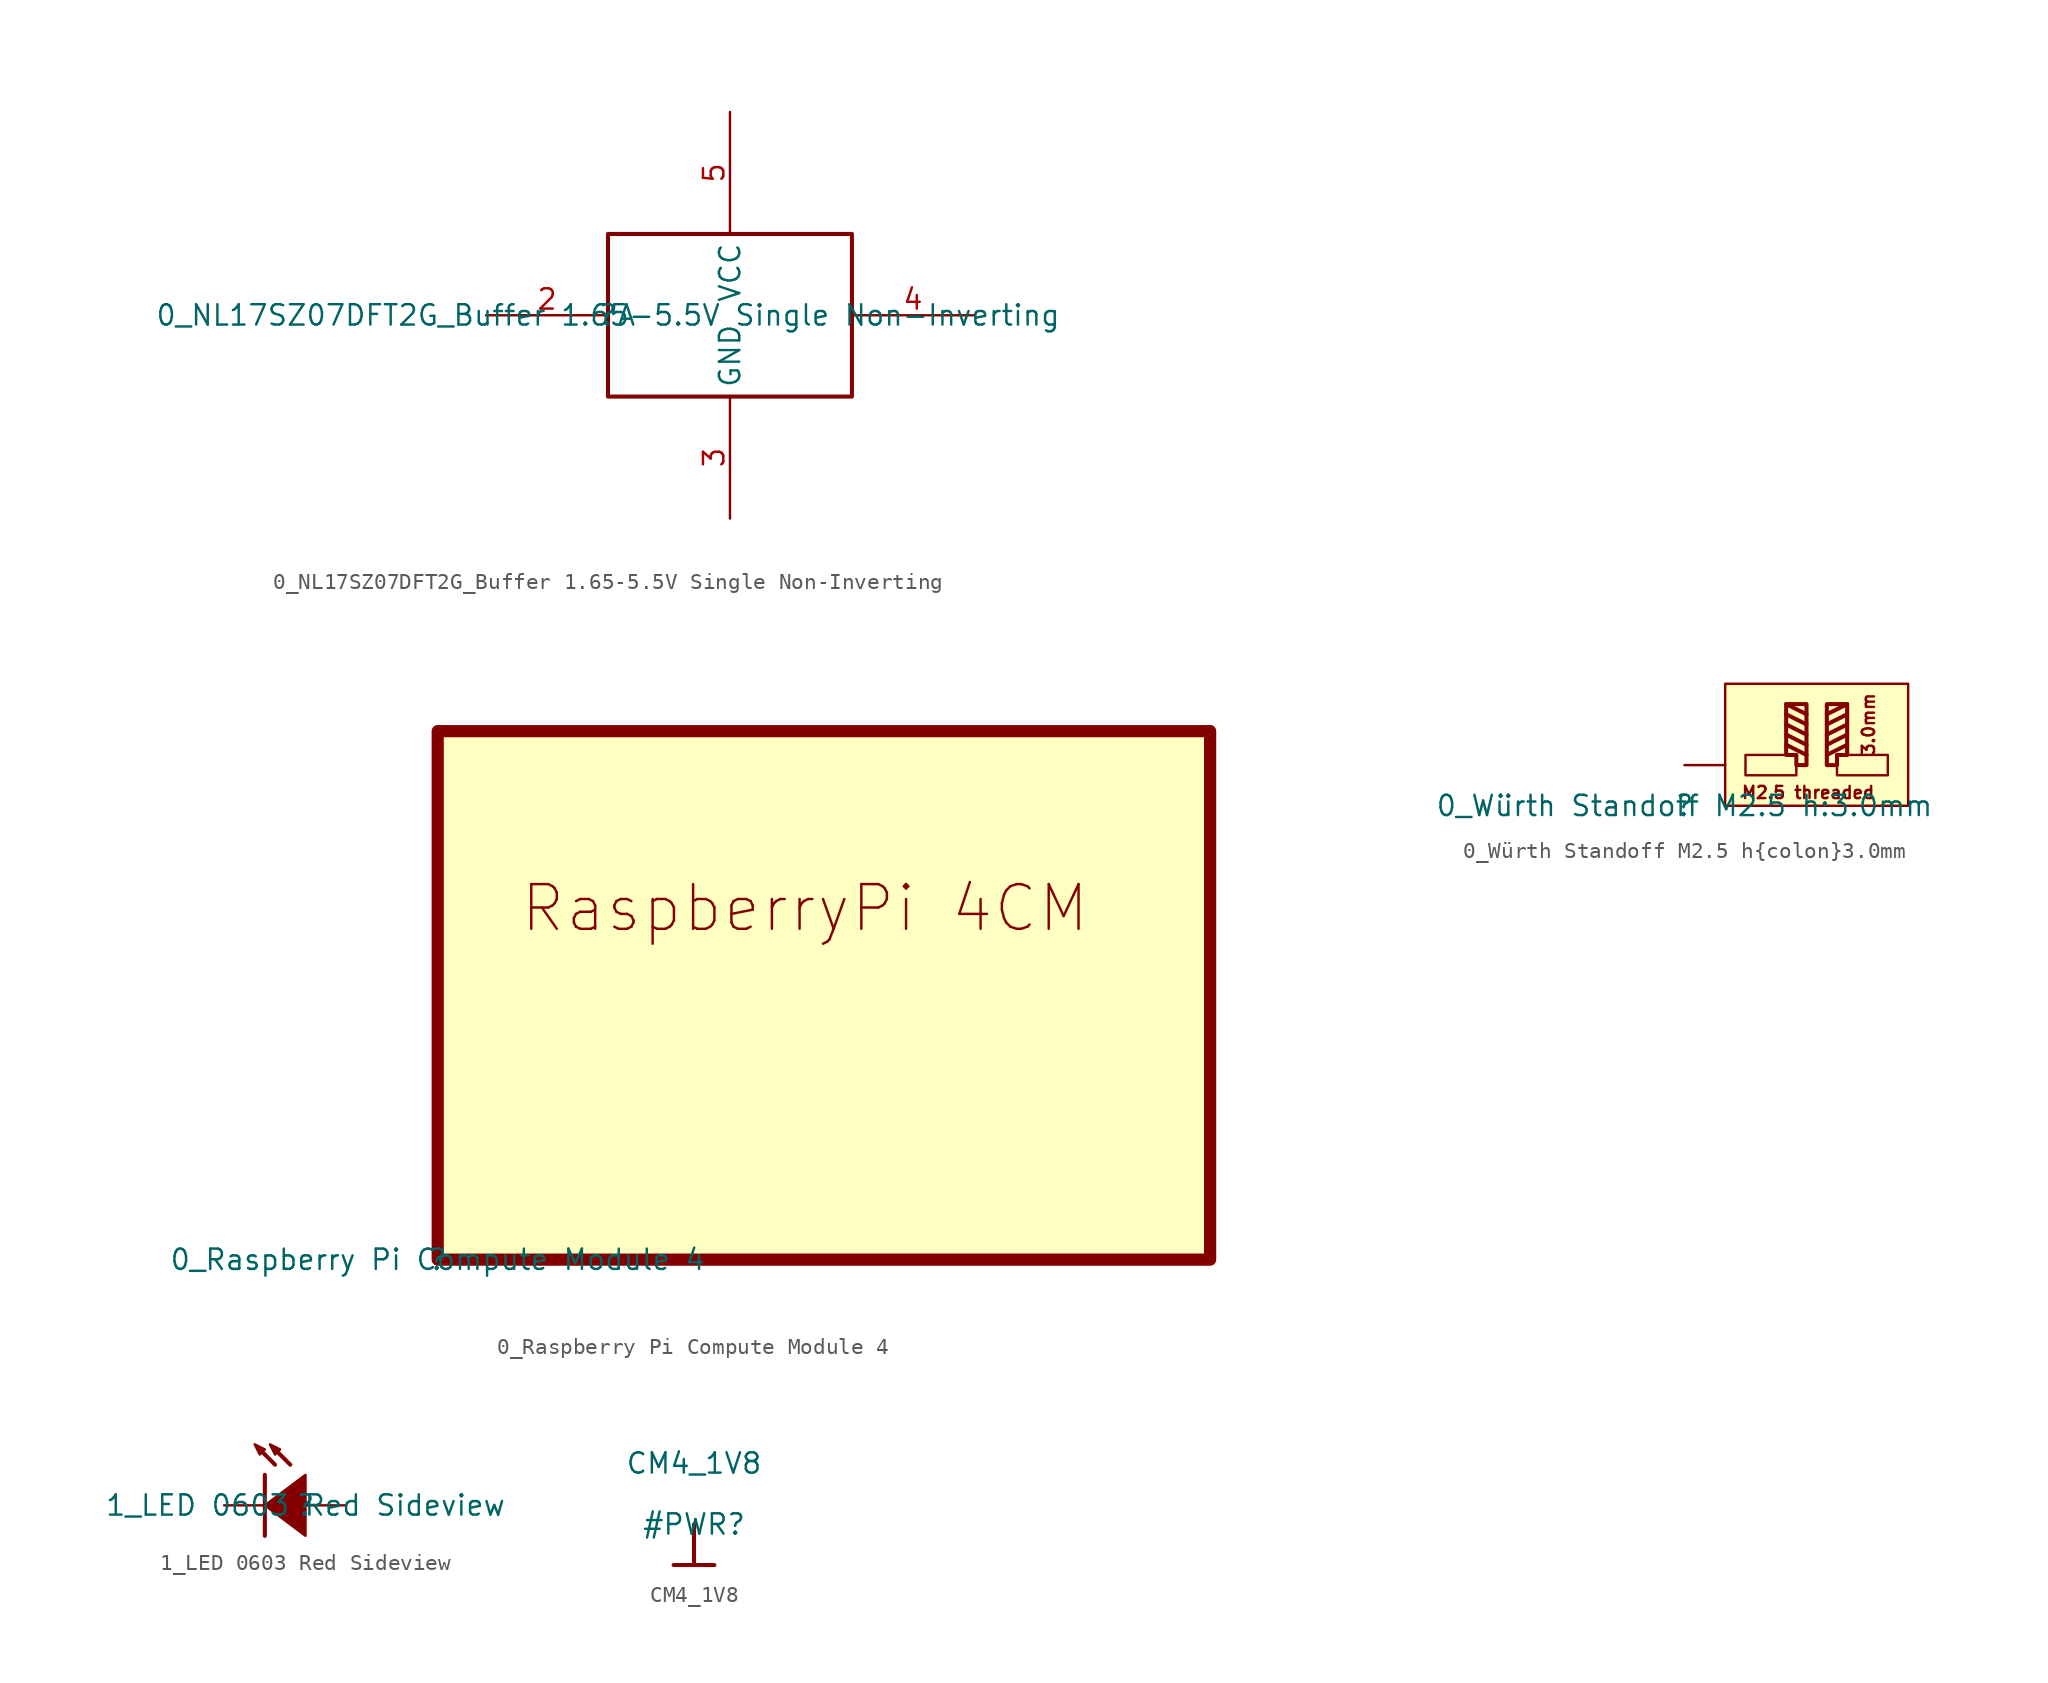
<source format=kicad_sym>
(kicad_symbol_lib
  (version 20211014)
  (generator kicad_symbol_editor)
  (symbol "0_NL17SZ07DFT2G_Buffer 1.65-5.5V Single Non-Inverting"
    (property "Reference" ""
      (at 0 0 0)
      (effects (font (size 1.27 1.27))))
    (property "Value" "0_NL17SZ07DFT2G_Buffer 1.65-5.5V Single Non-Inverting"
      (at 0 0 0)
      (effects (font (size 1.27 1.27))))
    (symbol "0_NL17SZ07DFT2G_Buffer 1.65-5.5V Single Non-Inverting_1_0"
      (polyline (pts (xy 0 -5.08) (xy 15.24 -5.08) (xy 15.24 5.08) (xy 0 5.08) (xy 0 -5.08)) (stroke (width 0.254) (type default) (color 0 0 0 0)) (fill (type none)))
      (pin passive line (at -7.62 0 0) (length 7.62) (name "A" (effects (font (size 1.27 1.27)))) (number "2" (effects (font (size 1.27 1.27)))))
      (pin passive line (at 7.62 -12.7 90) (length 7.62) (name "GND" (effects (font (size 1.27 1.27)))) (number "3" (effects (font (size 1.27 1.27)))))
      (pin passive line (at 22.86 0 180) (length 7.62) (name "Y" (effects (font (size 0 0)))) (number "4" (effects (font (size 1.27 1.27)))))
      (pin passive line (at 7.62 12.7 270) (length 7.62) (name "VCC" (effects (font (size 1.27 1.27)))) (number "5" (effects (font (size 1.27 1.27)))))))
  (symbol "0_Raspberry Pi Compute Module 4"
    (property "Reference" ""
      (at 0 0 0)
      (effects (font (size 1.27 1.27))))
    (property "Value" "0_Raspberry Pi Compute Module 4"
      (at 0 0 0)
      (effects (font (size 1.27 1.27))))
    (symbol "0_Raspberry Pi Compute Module 4_1_0"
      (rectangle (start 48.26 33.02) (end 0 0) (stroke (width 0.762) (type default) (color 0 0 0 0)) (fill (type background)))
      (text "RaspberryPi 4CM" (at 5.08 20.32 0) (effects (font (size 2.794 2.794)) (justify left bottom)))))
  (symbol "0_Würth Standoff M2.5 h{colon}3.0mm"
    (property "Reference" ""
      (at 0 0 0)
      (effects (font (size 1.27 1.27))))
    (property "Value" "0_Würth Standoff M2.5 h:3.0mm"
      (at 0 0 0)
      (effects (font (size 1.27 1.27))))
    (symbol "0_Würth Standoff M2.5 h{colon}3.0mm_1_0"
      (polyline (pts (xy 6.35 3.81) (xy 7.62 3.175)) (stroke (width 0.254) (type default) (color 0 0 0 0)) (fill (type none)))
      (polyline (pts (xy 6.35 4.445) (xy 7.62 3.81)) (stroke (width 0.254) (type default) (color 0 0 0 0)) (fill (type none)))
      (polyline (pts (xy 6.35 5.08) (xy 7.62 4.445)) (stroke (width 0.254) (type default) (color 0 0 0 0)) (fill (type none)))
      (polyline (pts (xy 6.35 5.715) (xy 7.62 5.08)) (stroke (width 0.254) (type default) (color 0 0 0 0)) (fill (type none)))
      (polyline (pts (xy 6.35 6.35) (xy 7.62 5.715)) (stroke (width 0.254) (type default) (color 0 0 0 0)) (fill (type none)))
      (polyline (pts (xy 10.16 3.81) (xy 8.89 3.175)) (stroke (width 0.254) (type default) (color 0 0 0 0)) (fill (type none)))
      (polyline (pts (xy 10.16 4.445) (xy 8.89 3.81)) (stroke (width 0.254) (type default) (color 0 0 0 0)) (fill (type none)))
      (polyline (pts (xy 10.16 5.08) (xy 8.89 4.445)) (stroke (width 0.254) (type default) (color 0 0 0 0)) (fill (type none)))
      (polyline (pts (xy 10.16 5.715) (xy 8.89 5.08)) (stroke (width 0.254) (type default) (color 0 0 0 0)) (fill (type none)))
      (polyline (pts (xy 10.16 6.35) (xy 8.89 5.715)) (stroke (width 0.254) (type default) (color 0 0 0 0)) (fill (type none)))
      (polyline (pts (xy 7.62 2.54) (xy 6.985 2.54) (xy 6.985 3.175) (xy 6.35 3.175) (xy 6.35 6.35) (xy 7.62 6.35) (xy 7.62 2.54)) (stroke (width 0.254) (type default) (color 0 0 0 0)) (fill (type none)))
      (polyline (pts (xy 8.89 2.54) (xy 9.525 2.54) (xy 9.525 3.175) (xy 10.16 3.175) (xy 10.16 6.35) (xy 8.89 6.35) (xy 8.89 2.54)) (stroke (width 0.254) (type default) (color 0 0 0 0)) (fill (type none)))
      (rectangle (start 6.985 3.175) (end 3.81 1.905) (stroke (width 0) (type default) (color 0 0 0 0)) (fill (type background)))
      (rectangle (start 12.7 3.175) (end 9.525 1.905) (stroke (width 0) (type default) (color 0 0 0 0)) (fill (type background)))
      (rectangle (start 13.97 7.62) (end 2.54 0) (stroke (width 0) (type default) (color 0 0 0 0)) (fill (type background)))
      (text "3.0mm" (at 11.938 7.112 900) (effects (font (size 0.762 0.762)) (justify right bottom)))
      (text "M2.5 threaded" (at 11.938 0.381 0) (effects (font (size 0.762 0.762)) (justify right bottom)))
      (pin passive line (at 0 2.54 0) (length 2.54) (name "1" (effects (font (size 0 0)))) (number "1" (effects (font (size 0 0)))))))
  (symbol "1_LED 0603 Red Sideview"
    (property "Reference" ""
      (at 0 0 0)
      (effects (font (size 1.27 1.27))))
    (property "Value" "1_LED 0603 Red Sideview"
      (at 0 0 0)
      (effects (font (size 1.27 1.27))))
    (symbol "1_LED 0603 Red Sideview_1_0"
      (polyline (pts (xy -2.54 -1.905) (xy -2.54 1.905)) (stroke (width 0.254) (type default) (color 0 0 0 0)) (fill (type none)))
      (polyline (pts (xy -1.905 2.54) (xy -2.857 3.493)) (stroke (width 0.254) (type default) (color 0 0 0 0)) (fill (type none)))
      (polyline (pts (xy -0.952 2.54) (xy -1.905 3.493)) (stroke (width 0.254) (type default) (color 0 0 0 0)) (fill (type none)))
      (polyline (pts (xy -3.175 3.81) (xy -2.857 3.175) (xy -2.54 3.493) (xy -3.175 3.81)) (stroke (width 0) (type default) (color 0 0 0 0)) (fill (type outline)))
      (polyline (pts (xy -2.222 3.81) (xy -1.905 3.175) (xy -1.587 3.493) (xy -2.222 3.81)) (stroke (width 0) (type default) (color 0 0 0 0)) (fill (type outline)))
      (polyline (pts (xy 0 1.905) (xy 0 -1.905) (xy -2.54 0) (xy 0 1.905)) (stroke (width 0) (type default) (color 0 0 0 0)) (fill (type outline)))
      (pin passive line (at -5.08 0 0) (length 2.54) (name "1" (effects (font (size 0 0)))) (number "1" (effects (font (size 0 0)))))
      (pin passive line (at 2.54 0 180) (length 2.54) (name "2" (effects (font (size 0 0)))) (number "2" (effects (font (size 0 0)))))))
  (symbol "CM4_1V8"
    (power)
    (property "Reference" "#PWR"
      (at 0 0 0)
      (effects (font (size 1.27 1.27))))
    (property "Value" "CM4_1V8"
      (at 0 3.81 0)
      (effects (font (size 1.27 1.27))))
    (symbol "CM4_1V8_0_0"
      (polyline (pts (xy -1.27 -2.54) (xy 1.27 -2.54)) (stroke (width 0.254) (type default) (color 0 0 0 0)) (fill (type none)))
      (polyline (pts (xy 0 0) (xy 0 -2.54)) (stroke (width 0.254) (type default) (color 0 0 0 0)) (fill (type none)))
      (pin power_in line (at 0 0 0) (length 0) hide (name "CM4_1V8" (effects (font (size 1.27 1.27)))) (number "" (effects (font (size 1.27 1.27))))))))
</source>
